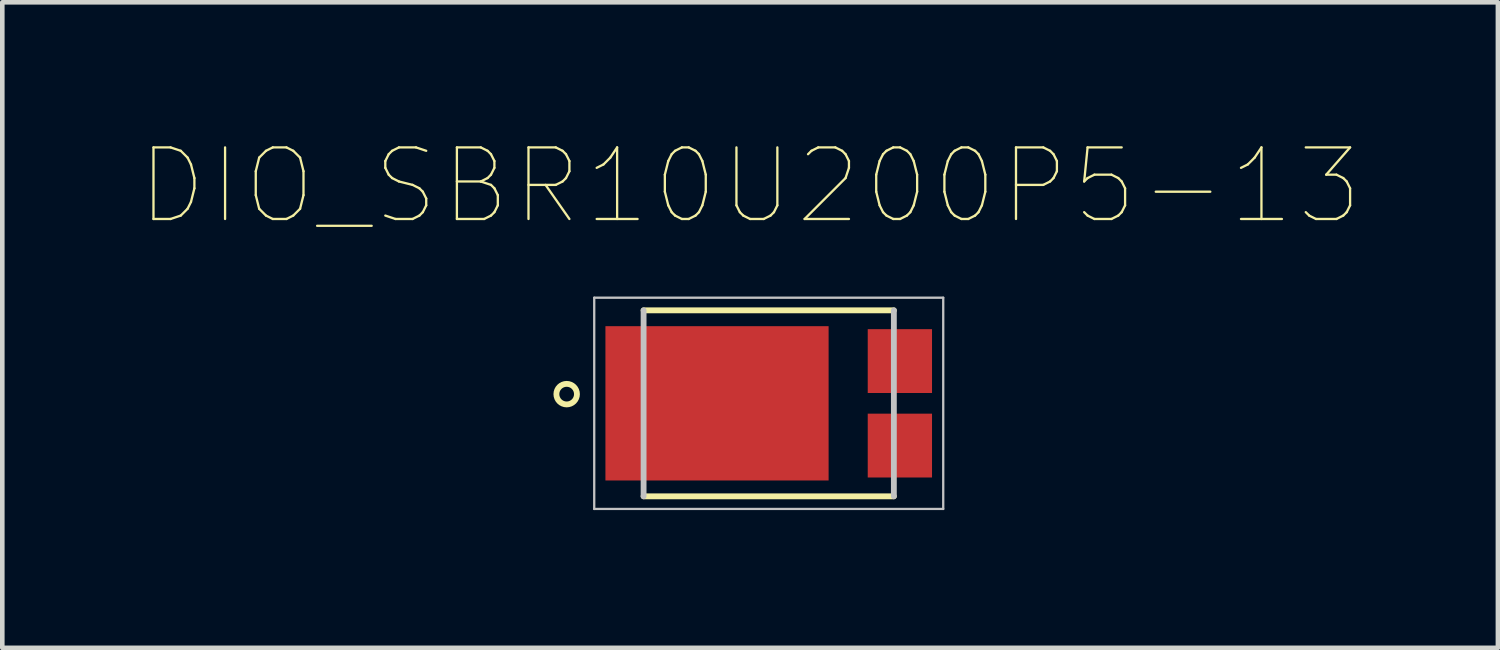
<source format=kicad_pcb>
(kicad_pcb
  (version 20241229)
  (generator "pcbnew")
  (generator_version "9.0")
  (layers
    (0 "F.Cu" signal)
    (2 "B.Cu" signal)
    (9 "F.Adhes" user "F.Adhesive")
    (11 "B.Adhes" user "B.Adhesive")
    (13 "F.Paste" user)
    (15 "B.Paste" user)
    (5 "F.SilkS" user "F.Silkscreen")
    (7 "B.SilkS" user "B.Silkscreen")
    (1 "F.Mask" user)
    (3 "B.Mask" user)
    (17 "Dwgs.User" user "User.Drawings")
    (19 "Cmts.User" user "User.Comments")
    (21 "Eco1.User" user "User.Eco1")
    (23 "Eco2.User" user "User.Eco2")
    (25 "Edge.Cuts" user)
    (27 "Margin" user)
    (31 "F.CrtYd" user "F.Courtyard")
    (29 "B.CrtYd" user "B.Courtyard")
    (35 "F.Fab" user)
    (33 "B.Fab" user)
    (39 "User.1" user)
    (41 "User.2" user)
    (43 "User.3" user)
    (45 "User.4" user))
  (footprint "DIO_SBR10U200P5-13"
    (layer "F.Cu")
    (at 13.69 5.733)
    (property "Reference" "DIO_SBR10U200P5-13" (at -0.406 -4.733 0) (layer "F.SilkS") (effects (font (size 1.559 1.559) (thickness 0.05))))
    (attr smd)
    (fp_line (start -2.725 2.025) (end 2.725 2.025) (stroke (width 0.127) (type solid)) (layer "F.SilkS"))
    (fp_line (start 2.725 -2.025) (end -2.725 -2.025) (stroke (width 0.127) (type solid)) (layer "F.SilkS"))
    (fp_circle (center -4.4 -0.2) (end -4.176 -0.2) (stroke (width 0.127) (type solid)) (fill no) (layer "F.SilkS"))
    (fp_line (start -3.8 -2.3) (end 3.8 -2.3) (stroke (width 0.05) (type solid)) (layer "Dwgs.User"))
    (fp_line (start -3.8 2.3) (end -3.8 -2.3) (stroke (width 0.05) (type solid)) (layer "Dwgs.User"))
    (fp_line (start -2.725 -2.025) (end -2.725 2.025) (stroke (width 0.127) (type solid)) (layer "Dwgs.User"))
    (fp_line (start 2.725 2.025) (end 2.725 -2.025) (stroke (width 0.127) (type solid)) (layer "Dwgs.User"))
    (fp_line (start 3.8 -2.3) (end 3.8 2.3) (stroke (width 0.05) (type solid)) (layer "Dwgs.User"))
    (fp_line (start 3.8 2.3) (end -3.8 2.3) (stroke (width 0.05) (type solid)) (layer "Dwgs.User"))
    (pad "1" smd rect (at -1.126 0 90) (size 3.36 4.86) (layers "F.Cu" "F.Mask" "F.Paste"))
    (pad "2" smd rect (at 2.856 -0.92 90) (size 1.39 1.4) (layers "F.Cu" "F.Mask" "F.Paste"))
    (pad "2" smd rect (at 2.856 0.92 90) (size 1.39 1.4) (layers "F.Cu" "F.Mask" "F.Paste")))
  (gr_rect
    (start -3 -3)
    (end 29.569 11.058)
    (stroke (width 0.1) (type default))
    (fill no)
    (layer "Edge.Cuts")))
</source>
